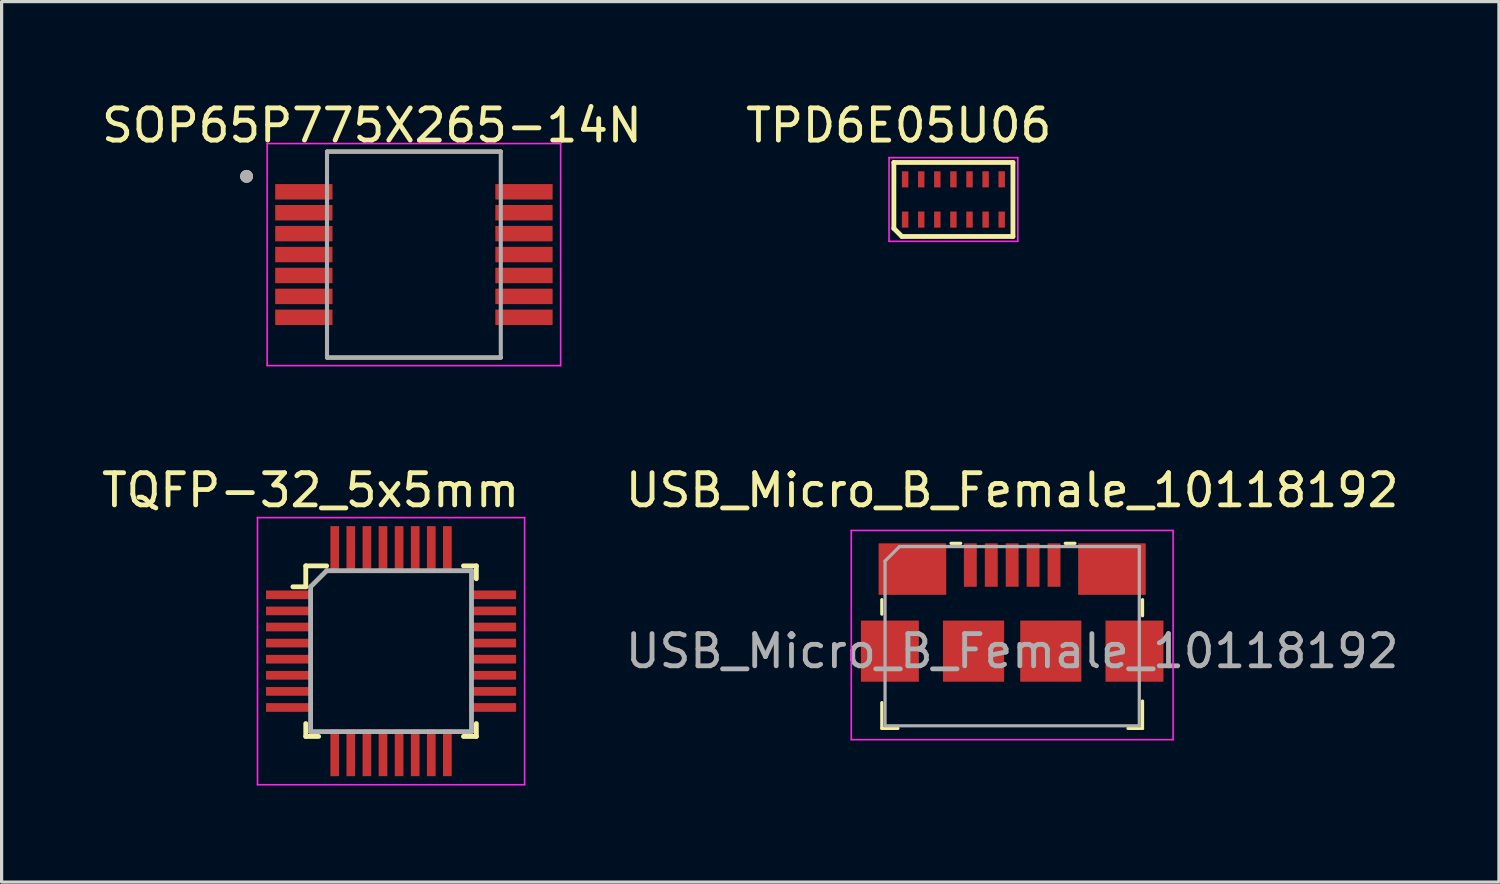
<source format=kicad_pcb>
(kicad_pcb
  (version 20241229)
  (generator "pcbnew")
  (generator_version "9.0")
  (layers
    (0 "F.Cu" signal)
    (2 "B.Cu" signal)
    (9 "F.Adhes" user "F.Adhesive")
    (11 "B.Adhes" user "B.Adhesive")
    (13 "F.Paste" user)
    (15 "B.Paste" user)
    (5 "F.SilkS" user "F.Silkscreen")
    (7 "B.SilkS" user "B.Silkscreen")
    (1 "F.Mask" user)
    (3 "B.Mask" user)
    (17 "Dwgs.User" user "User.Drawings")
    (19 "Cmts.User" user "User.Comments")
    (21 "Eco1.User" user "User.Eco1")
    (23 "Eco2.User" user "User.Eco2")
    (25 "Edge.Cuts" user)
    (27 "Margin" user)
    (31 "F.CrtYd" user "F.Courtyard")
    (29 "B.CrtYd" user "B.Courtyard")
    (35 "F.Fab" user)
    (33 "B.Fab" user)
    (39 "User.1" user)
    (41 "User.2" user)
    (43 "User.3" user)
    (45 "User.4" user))
  (footprint "SOP65P775X265-14N"
    (layer "F.Cu")
    (at 9.811 4.86)
    (property "Reference" "SOP65P775X265-14N" (at -1.305 -4.012 0) (layer "F.SilkS") (effects (font (size 1 1) (thickness 0.15))))
    (attr through_hole)
    (fp_line (start -2.7 -3.2) (end 2.7 -3.2) (stroke (width 0.127) (type solid)) (layer "F.SilkS"))
    (fp_line (start -2.7 3.2) (end 2.7 3.2) (stroke (width 0.127) (type solid)) (layer "F.SilkS"))
    (fp_circle (center -5.2 -2.43) (end -5.1 -2.43) (stroke (width 0.2) (type solid)) (fill no) (layer "F.SilkS"))
    (fp_line (start -4.56 -3.45) (end -4.56 3.45) (stroke (width 0.05) (type solid)) (layer "F.CrtYd"))
    (fp_line (start -4.56 -3.45) (end 4.56 -3.45) (stroke (width 0.05) (type solid)) (layer "F.CrtYd"))
    (fp_line (start -4.56 3.45) (end 4.56 3.45) (stroke (width 0.05) (type solid)) (layer "F.CrtYd"))
    (fp_line (start 4.56 -3.45) (end 4.56 3.45) (stroke (width 0.05) (type solid)) (layer "F.CrtYd"))
    (fp_line (start -2.7 -3.2) (end -2.7 3.2) (stroke (width 0.127) (type solid)) (layer "F.Fab"))
    (fp_line (start -2.7 -3.2) (end 2.7 -3.2) (stroke (width 0.127) (type solid)) (layer "F.Fab"))
    (fp_line (start -2.7 3.2) (end 2.7 3.2) (stroke (width 0.127) (type solid)) (layer "F.Fab"))
    (fp_line (start 2.7 -3.2) (end 2.7 3.2) (stroke (width 0.127) (type solid)) (layer "F.Fab"))
    (fp_circle (center -5.2 -2.43) (end -5.1 -2.43) (stroke (width 0.2) (type solid)) (fill no) (layer "F.Fab"))
    (pad "1" smd rect (at -3.42 -1.95) (size 1.78 0.48) (layers "F.Cu" "F.Mask" "F.Paste"))
    (pad "2" smd rect (at -3.42 -1.3) (size 1.78 0.48) (layers "F.Cu" "F.Mask" "F.Paste"))
    (pad "3" smd rect (at -3.42 -0.65) (size 1.78 0.48) (layers "F.Cu" "F.Mask" "F.Paste"))
    (pad "4" smd rect (at -3.42 0) (size 1.78 0.48) (layers "F.Cu" "F.Mask" "F.Paste"))
    (pad "5" smd rect (at -3.42 0.65) (size 1.78 0.48) (layers "F.Cu" "F.Mask" "F.Paste"))
    (pad "6" smd rect (at -3.42 1.3) (size 1.78 0.48) (layers "F.Cu" "F.Mask" "F.Paste"))
    (pad "7" smd rect (at -3.42 1.95) (size 1.78 0.48) (layers "F.Cu" "F.Mask" "F.Paste"))
    (pad "8" smd rect (at 3.42 1.95) (size 1.78 0.48) (layers "F.Cu" "F.Mask" "F.Paste"))
    (pad "9" smd rect (at 3.42 1.3) (size 1.78 0.48) (layers "F.Cu" "F.Mask" "F.Paste"))
    (pad "10" smd rect (at 3.42 0.65) (size 1.78 0.48) (layers "F.Cu" "F.Mask" "F.Paste"))
    (pad "11" smd rect (at 3.42 0) (size 1.78 0.48) (layers "F.Cu" "F.Mask" "F.Paste"))
    (pad "12" smd rect (at 3.42 -0.65) (size 1.78 0.48) (layers "F.Cu" "F.Mask" "F.Paste"))
    (pad "13" smd rect (at 3.42 -1.3) (size 1.78 0.48) (layers "F.Cu" "F.Mask" "F.Paste"))
    (pad "14" smd rect (at 3.42 -1.95) (size 1.78 0.48) (layers "F.Cu" "F.Mask" "F.Paste")))
  (footprint "TPD6E05U06"
    (layer "F.Cu")
    (at 26.575 3.148)
    (property "Reference" "TPD6E05U06" (at -1.7 -2.3 180) (layer "F.SilkS") (effects (font (size 1 1) (thickness 0.15))))
    (attr smd)
    (fp_line (start -1.85 -1.15) (end 1.85 -1.15) (stroke (width 0.15) (type solid)) (layer "F.SilkS"))
    (fp_line (start -1.85 0.9) (end -1.85 -1.15) (stroke (width 0.15) (type solid)) (layer "F.SilkS"))
    (fp_line (start -1.6 1.15) (end -1.85 0.9) (stroke (width 0.15) (type solid)) (layer "F.SilkS"))
    (fp_line (start 1.85 -1.15) (end 1.85 1.15) (stroke (width 0.15) (type solid)) (layer "F.SilkS"))
    (fp_line (start 1.85 1.15) (end -1.6 1.15) (stroke (width 0.15) (type solid)) (layer "F.SilkS"))
    (fp_line (start -2 -1.3) (end 2 -1.3) (stroke (width 0.05) (type solid)) (layer "F.CrtYd"))
    (fp_line (start -2 1.3) (end -2 -1.3) (stroke (width 0.05) (type solid)) (layer "F.CrtYd"))
    (fp_line (start 2 -1.3) (end 2 1.3) (stroke (width 0.05) (type solid)) (layer "F.CrtYd"))
    (fp_line (start 2 1.3) (end -2 1.3) (stroke (width 0.05) (type solid)) (layer "F.CrtYd"))
    (pad "5" smd rect (at 0.5 0.625) (size 0.2 0.5) (layers "F.Cu" "F.Mask" "F.Paste"))
    (pad "8" smd rect (at 1.5 -0.625) (size 0.2 0.5) (layers "F.Cu" "F.Mask" "F.Paste"))
    (pad "8" smd rect (at 1.5 0.625) (size 0.2 0.5) (layers "F.Cu" "F.Mask" "F.Paste"))
    (pad "9" smd rect (at 1 -0.625) (size 0.2 0.5) (layers "F.Cu" "F.Mask" "F.Paste"))
    (pad "9" smd rect (at 1 0.625) (size 0.2 0.5) (layers "F.Cu" "F.Mask" "F.Paste"))
    (pad "10" smd rect (at 0.5 -0.625) (size 0.2 0.5) (layers "F.Cu" "F.Mask" "F.Paste"))
    (pad "11" smd rect (at 0 -0.625) (size 0.2 0.5) (layers "F.Cu" "F.Mask" "F.Paste"))
    (pad "11" smd rect (at 0 0.625) (size 0.2 0.5) (layers "F.Cu" "F.Mask" "F.Paste"))
    (pad "12" smd rect (at -0.5 -0.625) (size 0.2 0.5) (layers "F.Cu" "F.Mask" "F.Paste"))
    (pad "12" smd rect (at -0.5 0.625) (size 0.2 0.5) (layers "F.Cu" "F.Mask" "F.Paste"))
    (pad "13" smd rect (at -1 -0.625) (size 0.2 0.5) (layers "F.Cu" "F.Mask" "F.Paste"))
    (pad "13" smd rect (at -1 0.625) (size 0.2 0.5) (layers "F.Cu" "F.Mask" "F.Paste"))
    (pad "14" smd rect (at -1.5 -0.625) (size 0.2 0.5) (layers "F.Cu" "F.Mask" "F.Paste"))
    (pad "14" smd rect (at -1.5 0.625) (size 0.2 0.5) (layers "F.Cu" "F.Mask" "F.Paste")))
  (footprint "USB_Micro_B_Female_10118192"
    (layer "F.Cu")
    (at 28.401 17.183)
    (property "Reference" "USB_Micro_B_Female_10118192" (at 0 -5 0) (layer "F.SilkS") (effects (font (size 1 1) (thickness 0.15))))
    (attr smd)
    (fp_line (start -4.05 -1.6) (end -4.05 -1.15) (stroke (width 0.1) (type solid)) (layer "F.SilkS"))
    (fp_line (start -4.05 1.6) (end -4.05 2.4) (stroke (width 0.1) (type solid)) (layer "F.SilkS"))
    (fp_line (start -4.05 2.4) (end -3.55 2.4) (stroke (width 0.1) (type solid)) (layer "F.SilkS"))
    (fp_line (start -1.9 -3.35) (end -1.6 -3.35) (stroke (width 0.1) (type solid)) (layer "F.SilkS"))
    (fp_line (start 1.65 -3.35) (end 1.95 -3.35) (stroke (width 0.1) (type solid)) (layer "F.SilkS"))
    (fp_line (start 3.6 2.4) (end 4.05 2.4) (stroke (width 0.1) (type solid)) (layer "F.SilkS"))
    (fp_line (start 4.05 -1.6) (end 4.05 -1.1) (stroke (width 0.1) (type solid)) (layer "F.SilkS"))
    (fp_line (start 4.05 2.4) (end 4.05 1.55) (stroke (width 0.1) (type solid)) (layer "F.SilkS"))
    (fp_line (start -5 -3.75) (end -5 2.75) (stroke (width 0.05) (type solid)) (layer "F.CrtYd"))
    (fp_line (start -5 -3.75) (end 5 -3.75) (stroke (width 0.05) (type solid)) (layer "F.CrtYd"))
    (fp_line (start -5 2.75) (end 5 2.75) (stroke (width 0.05) (type solid)) (layer "F.CrtYd"))
    (fp_line (start 5 -3.75) (end 5 2.75) (stroke (width 0.05) (type solid)) (layer "F.CrtYd"))
    (fp_line (start -3.95 -2.8) (end -3.95 2.3) (stroke (width 0.1) (type solid)) (layer "F.Fab"))
    (fp_line (start -3.95 -2.8) (end -3.5 -3.25) (stroke (width 0.1) (type solid)) (layer "F.Fab"))
    (fp_line (start -3.95 2.32) (end 3.95 2.32) (stroke (width 0.1) (type solid)) (layer "F.Fab"))
    (fp_line (start 3.95 -3.25) (end -3.5 -3.25) (stroke (width 0.1) (type solid)) (layer "F.Fab"))
    (fp_line (start 3.95 2.32) (end 3.95 -3.25) (stroke (width 0.1) (type solid)) (layer "F.Fab"))
    (fp_text user "${REFERENCE}" (at 0 0 0) (layer "F.Fab") (effects (font (size 1 1) (thickness 0.15))))
    (pad "1" smd rect (at -1.3 -2.675) (size 0.4 1.35) (layers "F.Cu" "F.Mask" "F.Paste"))
    (pad "2" smd rect (at -0.65 -2.675) (size 0.4 1.35) (layers "F.Cu" "F.Mask" "F.Paste"))
    (pad "3" smd rect (at 0 -2.675) (size 0.4 1.35) (layers "F.Cu" "F.Mask" "F.Paste"))
    (pad "4" smd rect (at 0.65 -2.675) (size 0.4 1.35) (layers "F.Cu" "F.Mask" "F.Paste"))
    (pad "5" smd rect (at 1.3 -2.675) (size 0.4 1.35) (layers "F.Cu" "F.Mask" "F.Paste"))
    (pad "SH" smd rect (at -3.8 0) (size 1.8 1.9) (layers "F.Cu" "F.Mask" "F.Paste"))
    (pad "SH" smd rect (at -3.1 -2.55) (size 2.1 1.6) (layers "F.Cu" "F.Mask" "F.Paste"))
    (pad "SH" smd rect (at -1.2 0) (size 1.9 1.9) (layers "F.Cu" "F.Mask" "F.Paste"))
    (pad "SH" smd rect (at 1.2 0) (size 1.9 1.9) (layers "F.Cu" "F.Mask" "F.Paste"))
    (pad "SH" smd rect (at 3.1 -2.55) (size 2.1 1.6) (layers "F.Cu" "F.Mask" "F.Paste"))
    (pad "SH" smd rect (at 3.8 0) (size 1.8 1.9) (layers "F.Cu" "F.Mask" "F.Paste")))
  (footprint "TQFP-32_5x5mm"
    (layer "F.Cu")
    (at 9.101 17.183)
    (property "Reference" "TQFP-32_5x5mm" (at -2.5 -5 0) (layer "F.SilkS") (effects (font (size 1 1) (thickness 0.15))))
    (attr smd)
    (fp_line (start -2.65 -2.65) (end -2.65 -2) (stroke (width 0.15) (type solid)) (layer "F.SilkS"))
    (fp_line (start -2.65 -2) (end -3.05 -2) (stroke (width 0.15) (type solid)) (layer "F.SilkS"))
    (fp_line (start -2.65 2.65) (end -2.65 2.25) (stroke (width 0.15) (type solid)) (layer "F.SilkS"))
    (fp_line (start -2.25 2.65) (end -2.65 2.65) (stroke (width 0.15) (type solid)) (layer "F.SilkS"))
    (fp_line (start -2 -2.65) (end -2.65 -2.65) (stroke (width 0.15) (type solid)) (layer "F.SilkS"))
    (fp_line (start 2.25 -2.65) (end 2.65 -2.65) (stroke (width 0.15) (type solid)) (layer "F.SilkS"))
    (fp_line (start 2.25 2.65) (end 2.65 2.65) (stroke (width 0.15) (type solid)) (layer "F.SilkS"))
    (fp_line (start 2.65 -2.65) (end 2.65 -2.25) (stroke (width 0.15) (type solid)) (layer "F.SilkS"))
    (fp_line (start 2.65 2.65) (end 2.65 2.25) (stroke (width 0.15) (type solid)) (layer "F.SilkS"))
    (fp_line (start -4.15 -4.15) (end 4.15 -4.15) (stroke (width 0.05) (type solid)) (layer "F.CrtYd"))
    (fp_line (start -4.15 4.15) (end -4.15 -4.15) (stroke (width 0.05) (type solid)) (layer "F.CrtYd"))
    (fp_line (start 4.15 -4.15) (end 4.15 4.15) (stroke (width 0.05) (type solid)) (layer "F.CrtYd"))
    (fp_line (start 4.15 4.15) (end -4.15 4.15) (stroke (width 0.05) (type solid)) (layer "F.CrtYd"))
    (fp_line (start -2.5 -2) (end -2.5 2.5) (stroke (width 0.15) (type solid)) (layer "F.Fab"))
    (fp_line (start -2.5 2.5) (end 2.5 2.5) (stroke (width 0.15) (type solid)) (layer "F.Fab"))
    (fp_line (start -2 -2.5) (end -2.5 -2) (stroke (width 0.15) (type solid)) (layer "F.Fab"))
    (fp_line (start 2.5 -2.5) (end -2 -2.5) (stroke (width 0.15) (type solid)) (layer "F.Fab"))
    (fp_line (start 2.5 2.5) (end 2.5 -2.5) (stroke (width 0.15) (type solid)) (layer "F.Fab"))
    (pad "1" smd rect (at -3.16 -1.75 90) (size 0.27 1.45) (layers "F.Cu" "F.Mask" "F.Paste"))
    (pad "2" smd rect (at -3.16 -1.25 90) (size 0.27 1.45) (layers "F.Cu" "F.Mask" "F.Paste"))
    (pad "3" smd rect (at -3.16 -0.75 90) (size 0.27 1.45) (layers "F.Cu" "F.Mask" "F.Paste"))
    (pad "4" smd rect (at -3.16 -0.25 90) (size 0.27 1.45) (layers "F.Cu" "F.Mask" "F.Paste"))
    (pad "5" smd rect (at -3.16 0.25 90) (size 0.27 1.45) (layers "F.Cu" "F.Mask" "F.Paste"))
    (pad "6" smd rect (at -3.16 0.75 90) (size 0.27 1.45) (layers "F.Cu" "F.Mask" "F.Paste"))
    (pad "7" smd rect (at -3.16 1.25 90) (size 0.27 1.45) (layers "F.Cu" "F.Mask" "F.Paste"))
    (pad "8" smd rect (at -3.16 1.75 90) (size 0.27 1.45) (layers "F.Cu" "F.Mask" "F.Paste"))
    (pad "9" smd rect (at -1.75 3.16) (size 0.27 1.45) (layers "F.Cu" "F.Mask" "F.Paste"))
    (pad "10" smd rect (at -1.25 3.16) (size 0.27 1.45) (layers "F.Cu" "F.Mask" "F.Paste"))
    (pad "11" smd rect (at -0.75 3.16) (size 0.27 1.45) (layers "F.Cu" "F.Mask" "F.Paste"))
    (pad "12" smd rect (at -0.25 3.16) (size 0.27 1.45) (layers "F.Cu" "F.Mask" "F.Paste"))
    (pad "13" smd rect (at 0.25 3.16) (size 0.27 1.45) (layers "F.Cu" "F.Mask" "F.Paste"))
    (pad "14" smd rect (at 0.75 3.16) (size 0.27 1.45) (layers "F.Cu" "F.Mask" "F.Paste"))
    (pad "15" smd rect (at 1.25 3.16) (size 0.27 1.45) (layers "F.Cu" "F.Mask" "F.Paste"))
    (pad "16" smd rect (at 1.75 3.16) (size 0.27 1.45) (layers "F.Cu" "F.Mask" "F.Paste"))
    (pad "17" smd rect (at 3.16 1.75 90) (size 0.27 1.45) (layers "F.Cu" "F.Mask" "F.Paste"))
    (pad "18" smd rect (at 3.16 1.25 90) (size 0.27 1.45) (layers "F.Cu" "F.Mask" "F.Paste"))
    (pad "19" smd rect (at 3.16 0.75 90) (size 0.27 1.45) (layers "F.Cu" "F.Mask" "F.Paste"))
    (pad "20" smd rect (at 3.16 0.25 90) (size 0.27 1.45) (layers "F.Cu" "F.Mask" "F.Paste"))
    (pad "21" smd rect (at 3.16 -0.25 90) (size 0.27 1.45) (layers "F.Cu" "F.Mask" "F.Paste"))
    (pad "22" smd rect (at 3.16 -0.75 90) (size 0.27 1.45) (layers "F.Cu" "F.Mask" "F.Paste"))
    (pad "23" smd rect (at 3.16 -1.25 90) (size 0.27 1.45) (layers "F.Cu" "F.Mask" "F.Paste"))
    (pad "24" smd rect (at 3.16 -1.75 90) (size 0.27 1.45) (layers "F.Cu" "F.Mask" "F.Paste"))
    (pad "25" smd rect (at 1.75 -3.16) (size 0.27 1.45) (layers "F.Cu" "F.Mask" "F.Paste"))
    (pad "26" smd rect (at 1.25 -3.16) (size 0.27 1.45) (layers "F.Cu" "F.Mask" "F.Paste"))
    (pad "27" smd rect (at 0.75 -3.16) (size 0.27 1.45) (layers "F.Cu" "F.Mask" "F.Paste"))
    (pad "28" smd rect (at 0.25 -3.16) (size 0.27 1.45) (layers "F.Cu" "F.Mask" "F.Paste"))
    (pad "29" smd rect (at -0.25 -3.16) (size 0.27 1.45) (layers "F.Cu" "F.Mask" "F.Paste"))
    (pad "30" smd rect (at -0.75 -3.16) (size 0.27 1.45) (layers "F.Cu" "F.Mask" "F.Paste"))
    (pad "31" smd rect (at -1.25 -3.16) (size 0.27 1.45) (layers "F.Cu" "F.Mask" "F.Paste"))
    (pad "32" smd rect (at -1.75 -3.16) (size 0.27 1.45) (layers "F.Cu" "F.Mask" "F.Paste")))
  (gr_rect
    (start -3 -3)
    (end 43.526 24.358)
    (stroke (width 0.1) (type default))
    (fill no)
    (layer "Edge.Cuts")))
</source>
